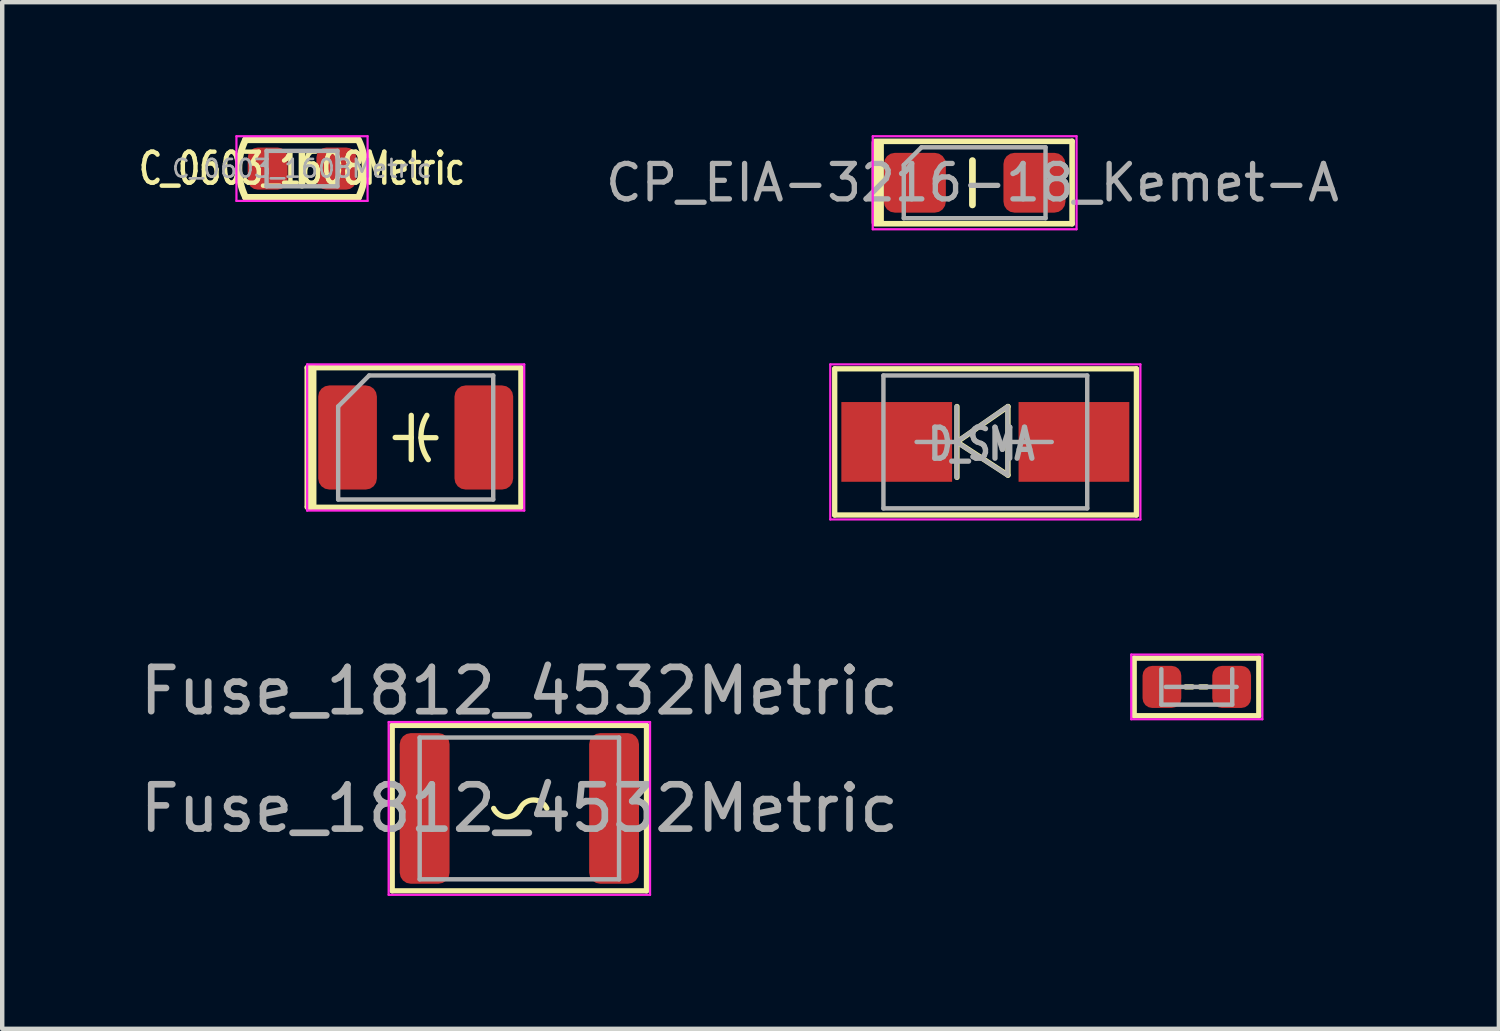
<source format=kicad_pcb>
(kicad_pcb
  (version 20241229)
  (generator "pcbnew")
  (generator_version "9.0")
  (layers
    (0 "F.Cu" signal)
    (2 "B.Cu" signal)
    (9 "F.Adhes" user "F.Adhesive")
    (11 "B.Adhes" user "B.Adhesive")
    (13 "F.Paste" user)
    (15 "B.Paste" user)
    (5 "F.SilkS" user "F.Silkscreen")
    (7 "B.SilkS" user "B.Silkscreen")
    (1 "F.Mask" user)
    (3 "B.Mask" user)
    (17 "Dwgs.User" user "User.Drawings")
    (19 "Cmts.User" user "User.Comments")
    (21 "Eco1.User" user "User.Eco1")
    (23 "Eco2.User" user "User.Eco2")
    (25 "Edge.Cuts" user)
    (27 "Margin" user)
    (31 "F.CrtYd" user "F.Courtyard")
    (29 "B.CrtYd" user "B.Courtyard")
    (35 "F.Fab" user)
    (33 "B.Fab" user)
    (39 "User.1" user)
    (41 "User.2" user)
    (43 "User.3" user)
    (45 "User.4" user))
  (footprint "L_0603_1608Metric"
    (layer "F.Cu")
    (at 23.964 12.455)
    (property "Reference" "L_0603_1608Metric" (at 0.1 0 0) (layer "User.7") (effects (font (size 0.7 0.5) (thickness 0.1) (bold yes))))
    (attr smd)
    (fp_line (start -1.413 -0.65) (end -1.413 0.65) (stroke (width 0.12) (type solid)) (layer "F.SilkS"))
    (fp_line (start -1.413 -0.65) (end 1.4 -0.65) (stroke (width 0.12) (type solid)) (layer "F.SilkS"))
    (fp_line (start -1.413 0.65) (end 1.4 0.65) (stroke (width 0.12) (type solid)) (layer "F.SilkS"))
    (fp_line (start -0.25 0) (end -0.1 0) (stroke (width 0.12) (type default)) (layer "F.SilkS"))
    (fp_line (start 0.075 0) (end 0.225 0) (stroke (width 0.12) (type default)) (layer "F.SilkS"))
    (fp_line (start 1.4 -0.65) (end 1.4 0.65) (stroke (width 0.12) (type solid)) (layer "F.SilkS"))
    (fp_line (start -1.48 -0.73) (end 1.48 -0.73) (stroke (width 0.05) (type solid)) (layer "F.CrtYd"))
    (fp_line (start -1.48 0.73) (end -1.48 -0.73) (stroke (width 0.05) (type solid)) (layer "F.CrtYd"))
    (fp_line (start 1.48 -0.73) (end 1.48 0.73) (stroke (width 0.05) (type solid)) (layer "F.CrtYd"))
    (fp_line (start 1.48 0.73) (end -1.48 0.73) (stroke (width 0.05) (type solid)) (layer "F.CrtYd"))
    (fp_line (start -0.8 0.4) (end -0.8 -0.4) (stroke (width 0.1) (type solid)) (layer "F.Fab"))
    (fp_line (start -0.7 0) (end 0.9 0) (stroke (width 0.1) (type solid)) (layer "F.Fab"))
    (fp_line (start 0.8 -0.4) (end 0.8 0.4) (stroke (width 0.1) (type solid)) (layer "F.Fab"))
    (fp_line (start 0.8 0.4) (end -0.8 0.4) (stroke (width 0.1) (type solid)) (layer "F.Fab"))
    (fp_text user "${REFERENCE}" (at 0.1 0 0) (layer "User.5") (effects (font (size 0.7 0.5) (thickness 0.1) (bold yes))))
    (pad "1" smd roundrect (at -0.787 0) (size 0.875 0.95) (layers "F.Cu" "F.Mask" "F.Paste") (roundrect_rratio 0.25))
    (pad "2" smd roundrect (at 0.787 0) (size 0.875 0.95) (layers "F.Cu" "F.Mask" "F.Paste") (roundrect_rratio 0.25)))
  (footprint "CP_EIA-3528-21_Kemet-B"
    (layer "F.Cu")
    (at 6.333 6.825)
    (property "Reference" "CP_EIA-3528-21_Kemet-B" (at 0.116 0.024 0) (layer "User.6") (effects (font (size 0.6 0.6) (thickness 0.1))))
    (attr smd)
    (fp_line (start -2.45 1.575) (end 2.375 1.575) (stroke (width 0.12) (type solid)) (layer "F.SilkS"))
    (fp_line (start -2.375 -1.575) (end -2.375 1.575) (stroke (width 0.12) (type solid)) (layer "F.SilkS"))
    (fp_line (start -0.1 -0.5) (end -0.1 0.5) (stroke (width 0.12) (type solid)) (layer "F.SilkS"))
    (fp_line (start -0.1 0) (end -0.463 0) (stroke (width 0.12) (type solid)) (layer "F.SilkS"))
    (fp_line (start 0.12 0.005) (end 0.457 0.005) (stroke (width 0.12) (type solid)) (layer "F.SilkS"))
    (fp_line (start 2.375 -1.575) (end -2.45 -1.575) (stroke (width 0.12) (type solid)) (layer "F.SilkS"))
    (fp_line (start 2.375 -1.575) (end 2.375 1.575) (stroke (width 0.12) (type solid)) (layer "F.SilkS"))
    (fp_rect (start -2.45 -1.575) (end -2.3 1.55) (stroke (width 0.12) (type default)) (fill no) (layer "F.SilkS"))
    (fp_arc (start 0.285679 0.500004) (mid 0.12 0.004821) (end 0.253474 -0.499996) (stroke (width 0.12) (type default)) (layer "F.SilkS"))
    (fp_line (start -2.45 -1.65) (end 2.45 -1.65) (stroke (width 0.05) (type solid)) (layer "F.CrtYd"))
    (fp_line (start -2.45 1.65) (end -2.45 -1.65) (stroke (width 0.05) (type solid)) (layer "F.CrtYd"))
    (fp_line (start 2.45 -1.65) (end 2.45 1.65) (stroke (width 0.05) (type solid)) (layer "F.CrtYd"))
    (fp_line (start 2.45 1.65) (end -2.45 1.65) (stroke (width 0.05) (type solid)) (layer "F.CrtYd"))
    (fp_line (start -1.75 -0.7) (end -1.75 1.4) (stroke (width 0.1) (type solid)) (layer "F.Fab"))
    (fp_line (start -1.75 1.4) (end 1.75 1.4) (stroke (width 0.1) (type solid)) (layer "F.Fab"))
    (fp_line (start -1.05 -1.4) (end -1.75 -0.7) (stroke (width 0.1) (type solid)) (layer "F.Fab"))
    (fp_line (start 1.75 -1.4) (end -1.05 -1.4) (stroke (width 0.1) (type solid)) (layer "F.Fab"))
    (fp_line (start 1.75 1.4) (end 1.75 -1.4) (stroke (width 0.1) (type solid)) (layer "F.Fab"))
    (fp_text user "${REFERENCE}" (at 0 0 0) (layer "User.8") (effects (font (size 0.6 0.6) (thickness 0.1))))
    (pad "1" smd roundrect (at -1.538 0) (size 1.325 2.35) (layers "F.Cu" "F.Mask" "F.Paste") (roundrect_rratio 0.189))
    (pad "2" smd roundrect (at 1.538 0) (size 1.325 2.35) (layers "F.Cu" "F.Mask" "F.Paste") (roundrect_rratio 0.189)))
  (footprint "D_SMA"
    (layer "F.Cu")
    (at 19.191 6.925)
    (property "Reference" "D_SMA" (at -0.21 0.04 0) (layer "User.1") (effects (font (size 0.7 0.5) (thickness 0.12) (bold yes))))
    (attr smd)
    (fp_line (start -3.4 -1.65) (end -3.4 1.65) (stroke (width 0.12) (type solid)) (layer "F.SilkS"))
    (fp_line (start -3.4 -1.65) (end 3.41 -1.65) (stroke (width 0.12) (type solid)) (layer "F.SilkS"))
    (fp_line (start -3.4 1.65) (end 3.41 1.65) (stroke (width 0.12) (type solid)) (layer "F.SilkS"))
    (fp_line (start -0.64 -0.799) (end -0.64 0.801) (stroke (width 0.12) (type solid)) (layer "F.SilkS"))
    (fp_line (start -0.64 0.001) (end 0.511 -0.799) (stroke (width 0.12) (type solid)) (layer "F.SilkS"))
    (fp_line (start -0.64 0.001) (end 0.511 0.75) (stroke (width 0.12) (type solid)) (layer "F.SilkS"))
    (fp_line (start 0.511 0.75) (end 0.511 -0.799) (stroke (width 0.12) (type solid)) (layer "F.SilkS"))
    (fp_line (start 3.41 -1.65) (end 3.41 1.65) (stroke (width 0.12) (type solid)) (layer "F.SilkS"))
    (fp_line (start -3.5 -1.75) (end 3.5 -1.75) (stroke (width 0.05) (type solid)) (layer "F.CrtYd"))
    (fp_line (start -3.5 1.75) (end -3.5 -1.75) (stroke (width 0.05) (type solid)) (layer "F.CrtYd"))
    (fp_line (start 3.5 -1.75) (end 3.5 1.75) (stroke (width 0.05) (type solid)) (layer "F.CrtYd"))
    (fp_line (start 3.5 1.75) (end -3.5 1.75) (stroke (width 0.05) (type solid)) (layer "F.CrtYd"))
    (fp_line (start -2.3 1.5) (end -2.3 -1.5) (stroke (width 0.1) (type solid)) (layer "F.Fab"))
    (fp_line (start -0.649 -0.799) (end -0.649 0.801) (stroke (width 0.1) (type solid)) (layer "F.Fab"))
    (fp_line (start -0.649 0.001) (end -1.551 0.001) (stroke (width 0.1) (type solid)) (layer "F.Fab"))
    (fp_line (start -0.649 0.001) (end 0.501 -0.799) (stroke (width 0.1) (type solid)) (layer "F.Fab"))
    (fp_line (start -0.649 0.001) (end 0.501 0.75) (stroke (width 0.1) (type solid)) (layer "F.Fab"))
    (fp_line (start 0.501 0.001) (end 1.499 0.001) (stroke (width 0.1) (type solid)) (layer "F.Fab"))
    (fp_line (start 0.501 0.75) (end 0.501 -0.799) (stroke (width 0.1) (type solid)) (layer "F.Fab"))
    (fp_line (start 2.3 -1.5) (end -2.3 -1.5) (stroke (width 0.1) (type solid)) (layer "F.Fab"))
    (fp_line (start 2.3 -1.5) (end 2.3 1.5) (stroke (width 0.1) (type solid)) (layer "F.Fab"))
    (fp_line (start 2.3 1.5) (end -2.3 1.5) (stroke (width 0.1) (type solid)) (layer "F.Fab"))
    (fp_text user "${REFERENCE}" (at -0.08 0.05 0) (layer "F.Fab") (effects (font (size 0.7 0.5) (thickness 0.12) (bold yes))))
    (pad "1" smd rect (at -2 0) (size 2.5 1.8) (layers "F.Cu" "F.Mask" "F.Paste"))
    (pad "2" smd rect (at 2 0) (size 2.5 1.8) (layers "F.Cu" "F.Mask" "F.Paste")))
  (footprint "C_0603_1608Metric"
    (layer "F.Cu")
    (at 3.767 0.755)
    (property "Reference" "C_0603_1608Metric" (at 0 0 0) (layer "F.SilkS") (effects (font (size 0.7 0.5) (thickness 0.1) (bold yes))))
    (attr smd)
    (fp_line (start -1.274 -0.65) (end 1.25 -0.65) (stroke (width 0.152) (type solid)) (layer "F.SilkS"))
    (fp_line (start -1.274 0.65) (end 1.274 0.65) (stroke (width 0.152) (type solid)) (layer "F.SilkS"))
    (fp_line (start 0 0.375) (end 0 -0.35) (stroke (width 0.152) (type solid)) (layer "F.SilkS"))
    (fp_arc (start -1.274153 0.65) (mid -1.425003 0) (end -1.274153 -0.65) (stroke (width 0.1524) (type default)) (layer "F.SilkS"))
    (fp_arc (start 1.274153 -0.65) (mid 1.425002 0) (end 1.274153 0.65) (stroke (width 0.1524) (type default)) (layer "F.SilkS"))
    (fp_line (start -1.48 -0.73) (end 1.48 -0.73) (stroke (width 0.05) (type solid)) (layer "F.CrtYd"))
    (fp_line (start -1.48 0.73) (end -1.48 -0.73) (stroke (width 0.05) (type solid)) (layer "F.CrtYd"))
    (fp_line (start 1.48 -0.73) (end 1.48 0.73) (stroke (width 0.05) (type solid)) (layer "F.CrtYd"))
    (fp_line (start 1.48 0.73) (end -1.48 0.73) (stroke (width 0.05) (type solid)) (layer "F.CrtYd"))
    (fp_line (start -0.8 -0.4) (end 0.8 -0.4) (stroke (width 0.1) (type solid)) (layer "F.Fab"))
    (fp_line (start -0.8 0.4) (end -0.8 -0.4) (stroke (width 0.1) (type solid)) (layer "F.Fab"))
    (fp_line (start 0.8 -0.4) (end 0.8 0.4) (stroke (width 0.1) (type solid)) (layer "F.Fab"))
    (fp_line (start 0.8 0.4) (end -0.8 0.4) (stroke (width 0.1) (type solid)) (layer "F.Fab"))
    (fp_text user "${REFERENCE}" (at 0 0 0) (layer "F.Fab") (effects (font (size 0.4 0.4) (thickness 0.06))))
    (pad "1" smd roundrect (at -0.775 0) (size 0.9 0.95) (layers "F.Cu" "F.Mask" "F.Paste") (roundrect_rratio 0.25))
    (pad "2" smd roundrect (at 0.775 0) (size 0.9 0.95) (layers "F.Cu" "F.Mask" "F.Paste") (roundrect_rratio 0.25)))
  (footprint "Fuse_1812_4532Metric"
    (layer "F.Cu")
    (at 8.673 15.198)
    (property "Reference" "Fuse_1812_4532Metric" (at 0 -2.65 180) (layer "F.Fab") (effects (font (size 1 1) (thickness 0.15))))
    (attr smd)
    (fp_line (start -2.87 -1.874) (end -2.87 1.86) (stroke (width 0.12) (type solid)) (layer "F.SilkS"))
    (fp_line (start -2.87 -1.874) (end 2.87 -1.874) (stroke (width 0.12) (type solid)) (layer "F.SilkS"))
    (fp_line (start -2.87 1.86) (end 2.87 1.86) (stroke (width 0.12) (type solid)) (layer "F.SilkS"))
    (fp_line (start 2.87 -1.874) (end 2.87 1.86) (stroke (width 0.12) (type solid)) (layer "F.SilkS"))
    (fp_arc (start 0.02 -0.000432) (mid -0.28 0.19) (end -0.58 -0.000432) (stroke (width 0.12) (type default)) (layer "F.SilkS"))
    (fp_arc (start 0.02 -0.000432) (mid 0.32 -0.190864) (end 0.62 -0.000432) (stroke (width 0.12) (type default)) (layer "F.SilkS"))
    (fp_line (start -2.95 -1.95) (end 2.95 -1.95) (stroke (width 0.05) (type solid)) (layer "F.CrtYd"))
    (fp_line (start -2.95 1.95) (end -2.95 -1.95) (stroke (width 0.05) (type solid)) (layer "F.CrtYd"))
    (fp_line (start 2.95 -1.95) (end 2.95 1.95) (stroke (width 0.05) (type solid)) (layer "F.CrtYd"))
    (fp_line (start 2.95 1.95) (end -2.95 1.95) (stroke (width 0.05) (type solid)) (layer "F.CrtYd"))
    (fp_line (start -2.25 -1.6) (end 2.25 -1.6) (stroke (width 0.1) (type solid)) (layer "F.Fab"))
    (fp_line (start -2.25 1.6) (end -2.25 -1.6) (stroke (width 0.1) (type solid)) (layer "F.Fab"))
    (fp_line (start 2.25 -1.6) (end 2.25 1.6) (stroke (width 0.1) (type solid)) (layer "F.Fab"))
    (fp_line (start 2.25 1.6) (end -2.25 1.6) (stroke (width 0.1) (type solid)) (layer "F.Fab"))
    (fp_text user "${REFERENCE}" (at 0 0 180) (layer "F.Fab") (effects (font (size 1 1) (thickness 0.15))))
    (pad "1" smd roundrect (at -2.138 0) (size 1.125 3.4) (layers "F.Cu" "F.Mask" "F.Paste") (roundrect_rratio 0.222))
    (pad "2" smd roundrect (at 2.138 0) (size 1.125 3.4) (layers "F.Cu" "F.Mask" "F.Paste") (roundrect_rratio 0.222)))
  (footprint "CP_EIA-3216-18_Kemet-A"
    (layer "F.Cu")
    (at 18.95 1.075)
    (property "Reference" "CP_EIA-3216-18_Kemet-A" (at -0.05 0 0) (layer "User.1") (effects (font (size 0.7 0.5) (thickness 0.1) (bold yes))))
    (attr smd)
    (fp_line (start -2.25 0.925) (end 2.2 0.925) (stroke (width 0.127) (type solid)) (layer "F.SilkS"))
    (fp_line (start -2.125 -0.9) (end -2.125 0.9) (stroke (width 0.152) (type solid)) (layer "F.SilkS"))
    (fp_line (start -0.05 -0.5) (end -0.05 0.5) (stroke (width 0.152) (type solid)) (layer "F.SilkS"))
    (fp_line (start 2.2 -0.935) (end -2.25 -0.935) (stroke (width 0.127) (type solid)) (layer "F.SilkS"))
    (fp_line (start 2.2 -0.935) (end 2.2 0.925) (stroke (width 0.127) (type solid)) (layer "F.SilkS"))
    (fp_rect (start -2.25 -0.91) (end -2.175 0.9) (stroke (width 0.152) (type default)) (fill no) (layer "F.SilkS"))
    (fp_line (start -2.3 -1.05) (end 2.3 -1.05) (stroke (width 0.05) (type solid)) (layer "F.CrtYd"))
    (fp_line (start -2.3 1.05) (end -2.3 -1.05) (stroke (width 0.05) (type solid)) (layer "F.CrtYd"))
    (fp_line (start 2.3 -1.05) (end 2.3 1.05) (stroke (width 0.05) (type solid)) (layer "F.CrtYd"))
    (fp_line (start 2.3 1.05) (end -2.3 1.05) (stroke (width 0.05) (type solid)) (layer "F.CrtYd"))
    (fp_line (start -1.6 -0.4) (end -1.6 0.8) (stroke (width 0.1) (type solid)) (layer "F.Fab"))
    (fp_line (start -1.6 0.8) (end 1.6 0.8) (stroke (width 0.1) (type solid)) (layer "F.Fab"))
    (fp_line (start -1.2 -0.8) (end -1.6 -0.4) (stroke (width 0.1) (type solid)) (layer "F.Fab"))
    (fp_line (start 1.6 -0.8) (end -1.2 -0.8) (stroke (width 0.1) (type solid)) (layer "F.Fab"))
    (fp_line (start 1.6 0.8) (end 1.6 -0.8) (stroke (width 0.1) (type solid)) (layer "F.Fab"))
    (fp_text user "${REFERENCE}" (at -0.05 0 0) (layer "F.Fab") (effects (font (size 0.8 0.8) (thickness 0.12))))
    (pad "1" smd roundrect (at -1.35 0 180) (size 1.4 1.35) (layers "F.Cu" "F.Mask" "F.Paste") (roundrect_rratio 0.185))
    (pad "2" smd roundrect (at 1.35 0 180) (size 1.4 1.35) (layers "F.Cu" "F.Mask" "F.Paste") (roundrect_rratio 0.185)))
  (gr_rect
    (start -3 -3)
    (end 30.783 20.173)
    (stroke (width 0.1) (type default))
    (fill no)
    (layer "Edge.Cuts")))
</source>
